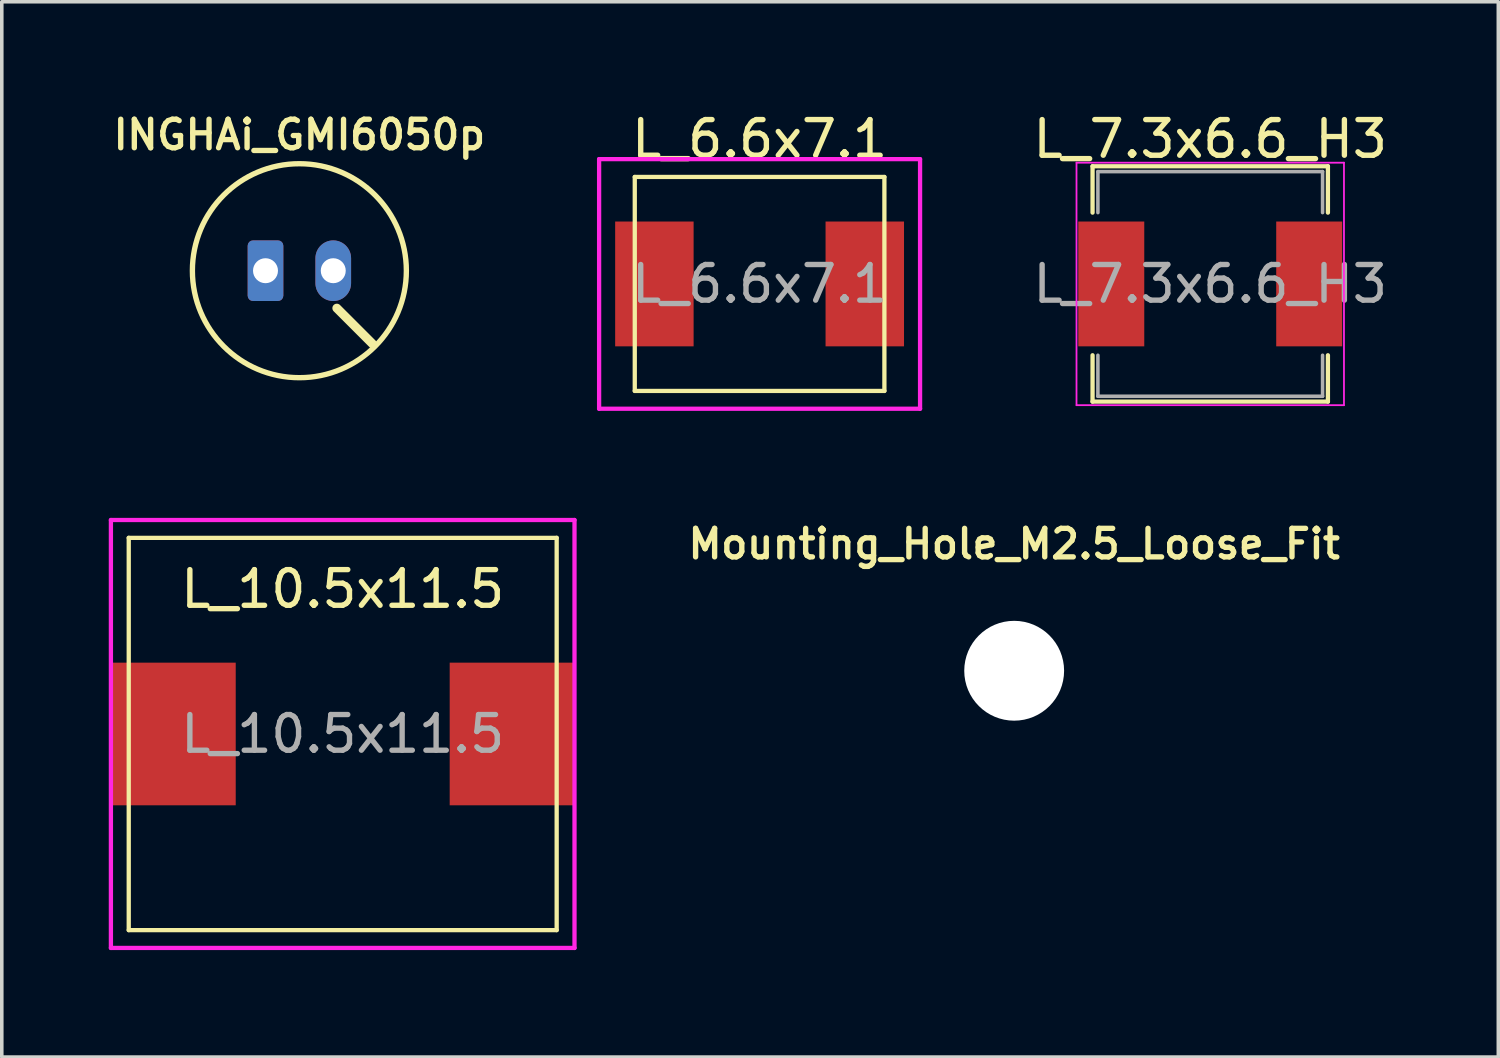
<source format=kicad_pcb>
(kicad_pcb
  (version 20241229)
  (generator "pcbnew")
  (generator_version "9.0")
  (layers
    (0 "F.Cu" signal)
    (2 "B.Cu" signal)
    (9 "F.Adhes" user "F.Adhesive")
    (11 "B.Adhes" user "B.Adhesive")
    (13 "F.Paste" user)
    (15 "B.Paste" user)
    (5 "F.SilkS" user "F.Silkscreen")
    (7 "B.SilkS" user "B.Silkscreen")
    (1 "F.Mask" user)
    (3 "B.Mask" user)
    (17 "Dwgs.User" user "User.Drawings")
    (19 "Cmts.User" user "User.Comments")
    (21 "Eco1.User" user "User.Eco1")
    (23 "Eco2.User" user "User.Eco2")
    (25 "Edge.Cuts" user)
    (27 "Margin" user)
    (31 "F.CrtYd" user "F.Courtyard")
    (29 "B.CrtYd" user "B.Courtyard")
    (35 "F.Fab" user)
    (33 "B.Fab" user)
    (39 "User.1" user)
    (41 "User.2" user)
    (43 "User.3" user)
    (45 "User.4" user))
  (footprint "Mounting_Hole_M2.5_Loose_Fit"
    (layer "F.Cu")
    (at 25.389 15.759)
    (property "Reference" "Mounting_Hole_M2.5_Loose_Fit" (at 0 -3.556 0) (layer "F.SilkS") (effects (font (size 0.8 0.8) (thickness 0.15))))
    (attr through_hole)
    (pad "" np_thru_hole circle (at 0 0) (size 2.8 2.8) (drill 2.8) (layers "*.Cu" "*.Mask")))
  (footprint "INGHAi_GMI6050p"
    (layer "F.Cu")
    (at 5.345 4.541)
    (property "Reference" "INGHAi_GMI6050p" (at 0 -3.81 0) (layer "F.SilkS") (effects (font (size 0.8 0.8) (thickness 0.15))))
    (attr through_hole)
    (fp_line (start 1.05 1.05) (end 2.05 2.05) (stroke (width 0.25) (type solid)) (layer "F.SilkS"))
    (fp_circle (center 0 0) (end 0 -3) (stroke (width 0.15) (type solid)) (fill no) (layer "F.SilkS"))
    (pad "1" thru_hole roundrect (at -0.95 0) (size 1 1.7) (drill 0.7) (layers "*.Cu" "*.Mask") (roundrect_rratio 0.15))
    (pad "2" thru_hole oval (at 0.95 0) (size 1 1.7) (drill 0.7) (layers "*.Cu" "*.Mask"))
    (pad "3" smd rect (at -0.95 0) (size 0.4 0.4) (layers "F.Cu" "F.Mask" "F.Paste")))
  (footprint "L_6.6x7.1"
    (layer "F.Cu")
    (at 18.25 4.912)
    (property "Reference" "L_6.6x7.1" (at 0 -4.064 0) (layer "F.SilkS") (effects (font (size 1 1) (thickness 0.15))))
    (attr smd)
    (fp_line (start -3.5 -3) (end 3.5 -3) (stroke (width 0.12) (type solid)) (layer "F.SilkS"))
    (fp_line (start -3.5 3) (end -3.5 -3) (stroke (width 0.12) (type solid)) (layer "F.SilkS"))
    (fp_line (start 3.5 -3) (end 3.5 3) (stroke (width 0.12) (type solid)) (layer "F.SilkS"))
    (fp_line (start 3.5 3) (end -3.5 3) (stroke (width 0.12) (type solid)) (layer "F.SilkS"))
    (fp_line (start -4.5 -3.5) (end 4.5 -3.5) (stroke (width 0.12) (type solid)) (layer "F.CrtYd"))
    (fp_line (start -4.5 3.5) (end -4.5 -3.5) (stroke (width 0.12) (type solid)) (layer "F.CrtYd"))
    (fp_line (start 4.5 -3.5) (end 4.5 3.5) (stroke (width 0.12) (type solid)) (layer "F.CrtYd"))
    (fp_line (start 4.5 3.5) (end -4.5 3.5) (stroke (width 0.12) (type solid)) (layer "F.CrtYd"))
    (fp_text user "${REFERENCE}" (at 0 0 0) (layer "F.Fab") (effects (font (size 1 1) (thickness 0.15))))
    (pad "1" smd rect (at -2.95 0) (size 2.2 3.5) (layers "F.Cu" "F.Mask" "F.Paste"))
    (pad "2" smd rect (at 2.95 0) (size 2.2 3.5) (layers "F.Cu" "F.Mask" "F.Paste")))
  (footprint "L_7.3x6.6_H3"
    (layer "F.Cu")
    (at 30.887 4.912)
    (property "Reference" "L_7.3x6.6_H3" (at 0 -4.064 0) (layer "F.SilkS") (effects (font (size 1 1) (thickness 0.15))))
    (attr smd)
    (fp_line (start -3.3 -3.3) (end 3.3 -3.3) (stroke (width 0.12) (type solid)) (layer "F.SilkS"))
    (fp_line (start -3.3 -2) (end -3.3 -3.3) (stroke (width 0.12) (type solid)) (layer "F.SilkS"))
    (fp_line (start -3.3 3.3) (end -3.3 2) (stroke (width 0.12) (type solid)) (layer "F.SilkS"))
    (fp_line (start 3.3 -3.3) (end 3.3 -2) (stroke (width 0.12) (type solid)) (layer "F.SilkS"))
    (fp_line (start 3.3 2) (end 3.3 3.3) (stroke (width 0.12) (type solid)) (layer "F.SilkS"))
    (fp_line (start 3.3 3.3) (end -3.3 3.3) (stroke (width 0.12) (type solid)) (layer "F.SilkS"))
    (fp_line (start -3.75 -3.4) (end -3.75 3.4) (stroke (width 0.05) (type solid)) (layer "F.CrtYd"))
    (fp_line (start -3.75 3.4) (end 3.75 3.4) (stroke (width 0.05) (type solid)) (layer "F.CrtYd"))
    (fp_line (start 3.75 -3.4) (end -3.75 -3.4) (stroke (width 0.05) (type solid)) (layer "F.CrtYd"))
    (fp_line (start 3.75 3.4) (end 3.75 -3.4) (stroke (width 0.05) (type solid)) (layer "F.CrtYd"))
    (fp_line (start -3.15 -3.15) (end -3.15 -2) (stroke (width 0.1) (type solid)) (layer "F.Fab"))
    (fp_line (start -3.15 -3.15) (end 3.15 -3.15) (stroke (width 0.1) (type solid)) (layer "F.Fab"))
    (fp_line (start -3.15 3.15) (end -3.15 2) (stroke (width 0.1) (type solid)) (layer "F.Fab"))
    (fp_line (start -3.15 3.15) (end 3.15 3.15) (stroke (width 0.1) (type solid)) (layer "F.Fab"))
    (fp_line (start 3.15 -3.15) (end 3.15 -2) (stroke (width 0.1) (type solid)) (layer "F.Fab"))
    (fp_line (start 3.15 3.15) (end 3.15 2) (stroke (width 0.1) (type solid)) (layer "F.Fab"))
    (fp_text user "${REFERENCE}" (at 0 0 0) (layer "F.Fab") (effects (font (size 1 1) (thickness 0.15))))
    (pad "1" smd rect (at -2.775 0) (size 1.85 3.5) (layers "F.Cu" "F.Mask" "F.Paste"))
    (pad "2" smd rect (at 2.775 0) (size 1.85 3.5) (layers "F.Cu" "F.Mask" "F.Paste")))
  (footprint "L_10.5x11.5"
    (layer "F.Cu")
    (at 6.56 17.532)
    (property "Reference" "L_10.5x11.5" (at 0 -4.064 0) (layer "F.SilkS") (effects (font (size 1 1) (thickness 0.15))))
    (attr smd)
    (fp_line (start -6 -5.5) (end 6 -5.5) (stroke (width 0.12) (type solid)) (layer "F.SilkS"))
    (fp_line (start -6 5.5) (end -6 -5.5) (stroke (width 0.12) (type solid)) (layer "F.SilkS"))
    (fp_line (start 6 -5.5) (end 6 5.5) (stroke (width 0.12) (type solid)) (layer "F.SilkS"))
    (fp_line (start 6 5.5) (end -6 5.5) (stroke (width 0.12) (type solid)) (layer "F.SilkS"))
    (fp_line (start -6.5 -6) (end 6.5 -6) (stroke (width 0.12) (type solid)) (layer "F.CrtYd"))
    (fp_line (start -6.5 6) (end -6.5 -6) (stroke (width 0.12) (type solid)) (layer "F.CrtYd"))
    (fp_line (start 6.5 -6) (end 6.5 6) (stroke (width 0.12) (type solid)) (layer "F.CrtYd"))
    (fp_line (start 6.5 6) (end -6.5 6) (stroke (width 0.12) (type solid)) (layer "F.CrtYd"))
    (fp_text user "${REFERENCE}" (at 0 0 0) (layer "F.Fab") (effects (font (size 1 1) (thickness 0.15))))
    (pad "1" smd rect (at -4.75 0) (size 3.5 4) (layers "F.Cu" "F.Mask" "F.Paste"))
    (pad "2" smd rect (at 4.75 0) (size 3.5 4) (layers "F.Cu" "F.Mask" "F.Paste")))
  (gr_rect
    (start -3 -3)
    (end 38.965 26.592)
    (stroke (width 0.1) (type default))
    (fill no)
    (layer "Edge.Cuts")))
</source>
